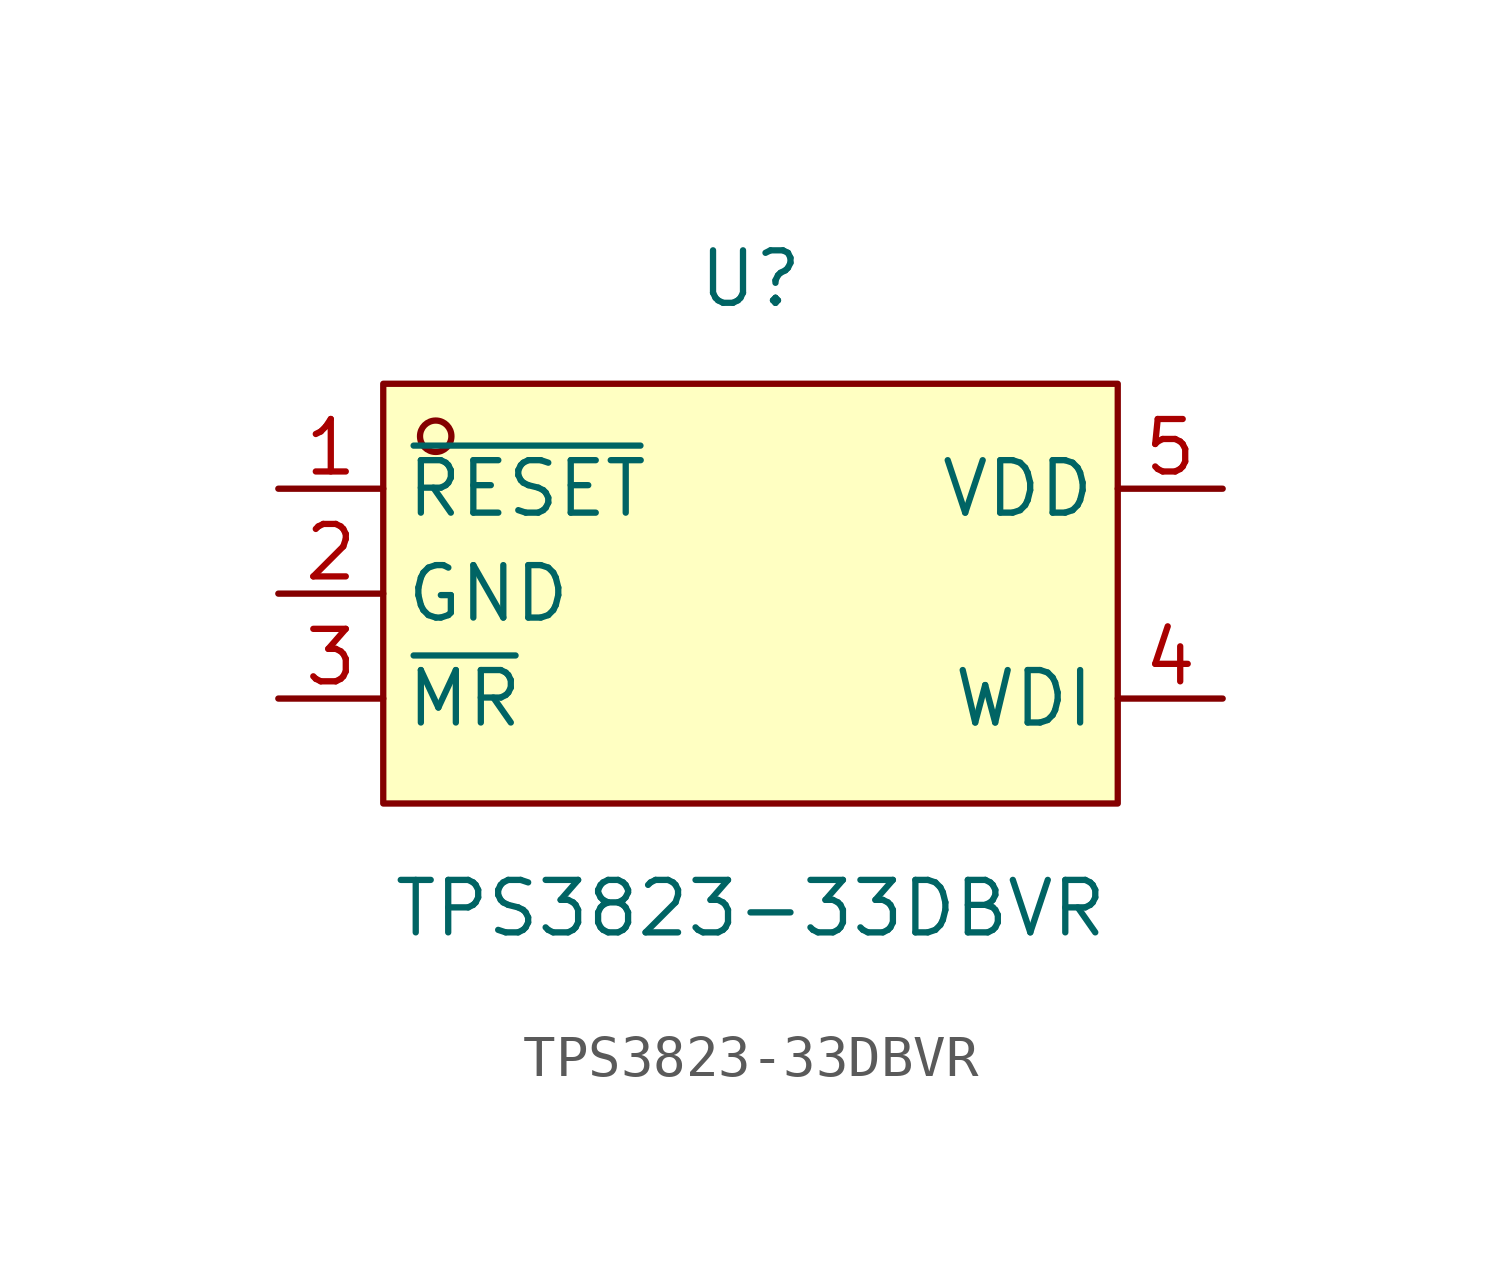
<source format=kicad_sym>
(kicad_symbol_lib
  (version 20211014)
  (generator https://github.com/uPesy/easyeda2kicad.py)
  (symbol "TPS3823-33DBVR"
    (property "Reference" "U"
      (at 0 7.62 0)
      (effects (font (size 1.27 1.27))))
    (property "Value" "TPS3823-33DBVR"
      (at 0 -7.62 0)
      (effects (font (size 1.27 1.27))))
    (symbol "TPS3823-33DBVR_0_1"
      (rectangle (start -8.89 5.08) (end 8.89 -5.08) (stroke (width 0) (type default) (color 0 0 0 0)) (fill (type background)))
      (circle (center -7.62 3.81) (radius 0.38) (stroke (width 0) (type default) (color 0 0 0 0)) (fill (type none)))
      (pin unspecified line (at -11.43 2.54 0) (length 2.54) (name "~{RESET}" (effects (font (size 1.27 1.27)))) (number "1" (effects (font (size 1.27 1.27)))))
      (pin unspecified line (at -11.43 -0.00 0) (length 2.54) (name "GND" (effects (font (size 1.27 1.27)))) (number "2" (effects (font (size 1.27 1.27)))))
      (pin unspecified line (at -11.43 -2.54 0) (length 2.54) (name "~{MR}" (effects (font (size 1.27 1.27)))) (number "3" (effects (font (size 1.27 1.27)))))
      (pin unspecified line (at 11.43 -2.54 180) (length 2.54) (name "WDI" (effects (font (size 1.27 1.27)))) (number "4" (effects (font (size 1.27 1.27)))))
      (pin unspecified line (at 11.43 2.54 180) (length 2.54) (name "VDD" (effects (font (size 1.27 1.27)))) (number "5" (effects (font (size 1.27 1.27))))))))
</source>
